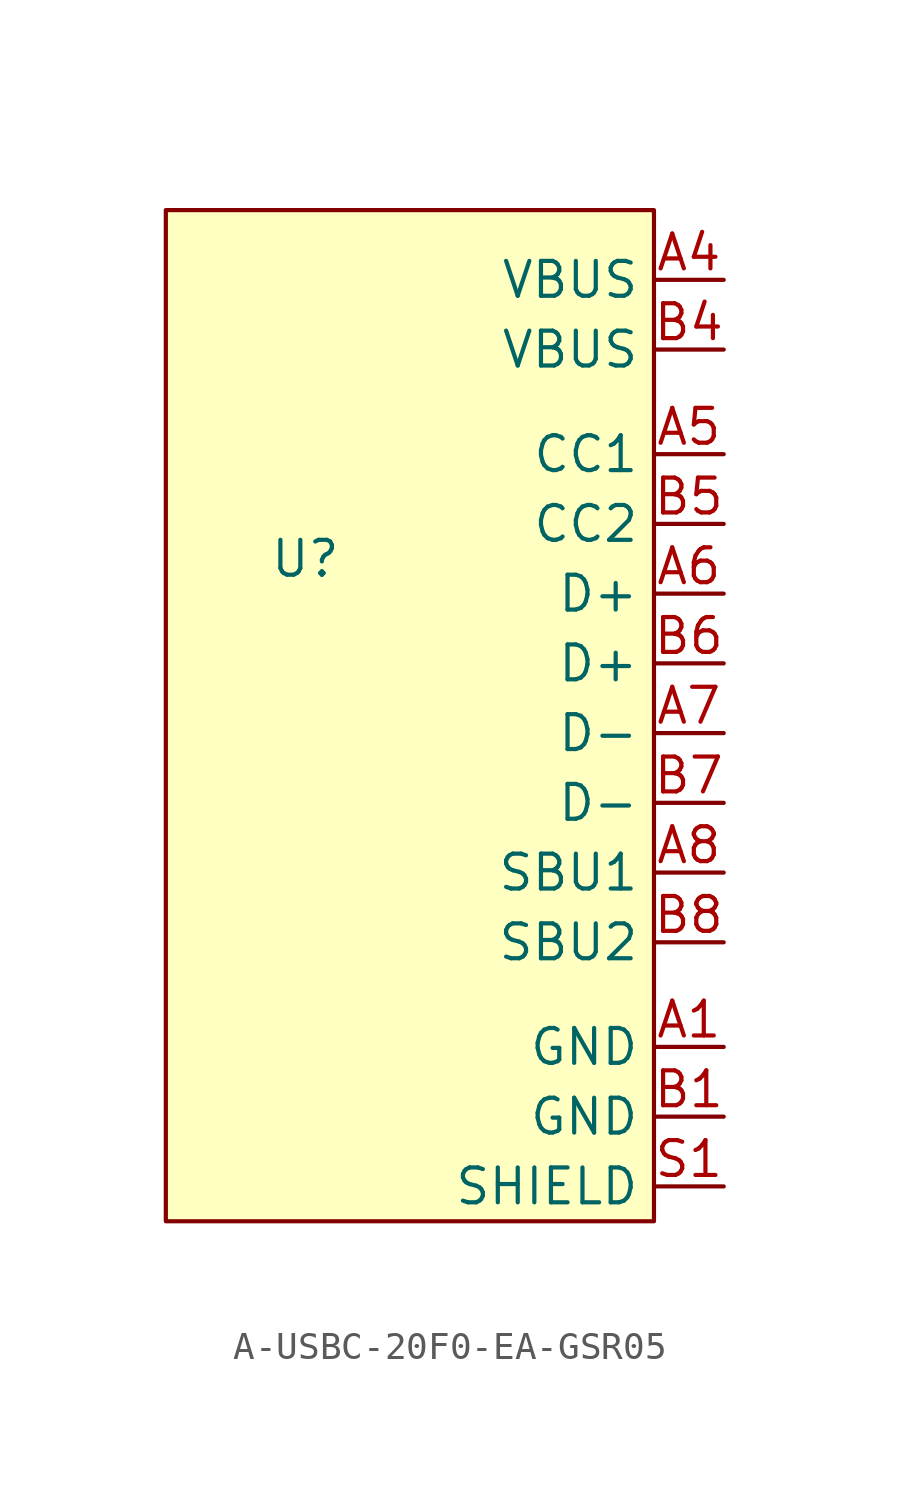
<source format=kicad_sym>
(kicad_symbol_lib
  (version 20241209)
  (generator "kicad_symbol_editor")
  (generator_version "9.0")
  (symbol "A-USBC-20F0-EA-GSR05"
    (property "Reference" "U"
      (at -3.81 5.08 0)
      (effects (font (size 1.27 1.27))))
    (property "Value" ""
      (at 0 0 0)
      (effects (font (size 1.27 1.27))))
    (symbol "A-USBC-20F0-EA-GSR05_1_1"
      (rectangle (start -8.89 17.78) (end 8.89 -19.05) (stroke (width 0) (type solid)) (fill (type background)))
      (pin bidirectional line (at 11.43 15.24 180) (length 2.54) (name "VBUS" (effects (font (size 1.27 1.27)))) (number "A4" (effects (font (size 1.27 1.27)))))
      (pin bidirectional line (at 11.43 12.7 180) (length 2.54) (name "VBUS" (effects (font (size 1.27 1.27)))) (number "B4" (effects (font (size 1.27 1.27)))))
      (pin bidirectional line (at 11.43 8.89 180) (length 2.54) (name "CC1" (effects (font (size 1.27 1.27)))) (number "A5" (effects (font (size 1.27 1.27)))))
      (pin bidirectional line (at 11.43 6.35 180) (length 2.54) (name "CC2" (effects (font (size 1.27 1.27)))) (number "B5" (effects (font (size 1.27 1.27)))))
      (pin bidirectional line (at 11.43 3.81 180) (length 2.54) (name "D+" (effects (font (size 1.27 1.27)))) (number "A6" (effects (font (size 1.27 1.27)))))
      (pin bidirectional line (at 11.43 1.27 180) (length 2.54) (name "D+" (effects (font (size 1.27 1.27)))) (number "B6" (effects (font (size 1.27 1.27)))))
      (pin bidirectional line (at 11.43 -1.27 180) (length 2.54) (name "D-" (effects (font (size 1.27 1.27)))) (number "A7" (effects (font (size 1.27 1.27)))))
      (pin bidirectional line (at 11.43 -3.81 180) (length 2.54) (name "D-" (effects (font (size 1.27 1.27)))) (number "B7" (effects (font (size 1.27 1.27)))))
      (pin bidirectional line (at 11.43 -6.35 180) (length 2.54) (name "SBU1" (effects (font (size 1.27 1.27)))) (number "A8" (effects (font (size 1.27 1.27)))))
      (pin bidirectional line (at 11.43 -8.89 180) (length 2.54) (name "SBU2" (effects (font (size 1.27 1.27)))) (number "B8" (effects (font (size 1.27 1.27)))))
      (pin bidirectional line (at 11.43 -12.7 180) (length 2.54) (name "GND" (effects (font (size 1.27 1.27)))) (number "A1" (effects (font (size 1.27 1.27)))))
      (pin bidirectional line (at 11.43 -15.24 180) (length 2.54) (name "GND" (effects (font (size 1.27 1.27)))) (number "B1" (effects (font (size 1.27 1.27)))))
      (pin bidirectional line (at 11.43 -17.78 180) (length 2.54) (name "SHIELD" (effects (font (size 1.27 1.27)))) (number "S1" (effects (font (size 1.27 1.27))))))))
</source>
